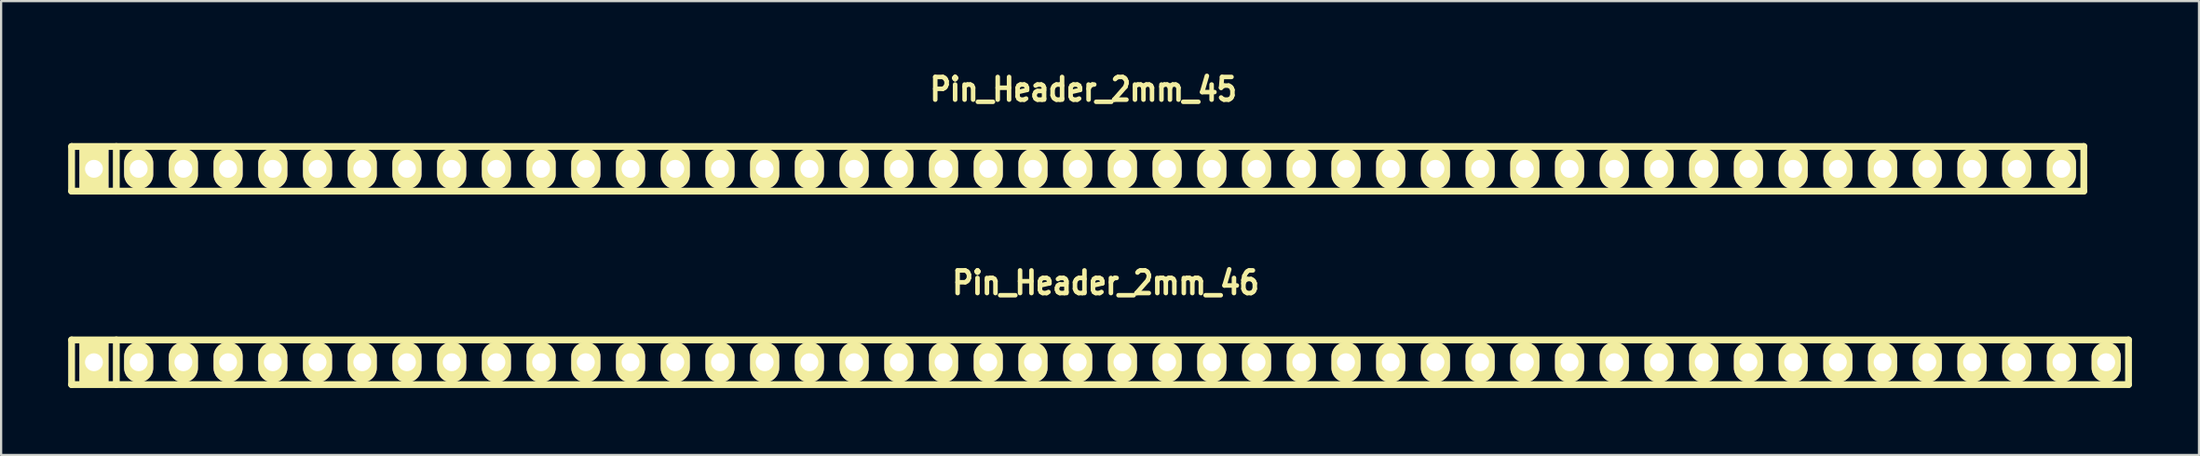
<source format=kicad_pcb>
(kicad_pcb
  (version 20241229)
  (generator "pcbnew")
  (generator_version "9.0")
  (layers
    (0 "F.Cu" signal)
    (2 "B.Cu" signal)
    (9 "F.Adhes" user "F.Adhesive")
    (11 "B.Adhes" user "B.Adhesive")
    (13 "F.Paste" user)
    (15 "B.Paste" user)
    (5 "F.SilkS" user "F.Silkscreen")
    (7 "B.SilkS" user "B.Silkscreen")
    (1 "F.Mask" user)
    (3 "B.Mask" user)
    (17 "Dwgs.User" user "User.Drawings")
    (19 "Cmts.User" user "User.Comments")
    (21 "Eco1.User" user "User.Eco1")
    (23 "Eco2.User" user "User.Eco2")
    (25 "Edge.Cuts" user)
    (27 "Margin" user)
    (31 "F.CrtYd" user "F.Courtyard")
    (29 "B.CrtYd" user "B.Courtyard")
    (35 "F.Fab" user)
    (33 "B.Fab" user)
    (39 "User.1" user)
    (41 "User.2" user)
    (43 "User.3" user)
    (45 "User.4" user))
  (footprint "Pin_Header_2mm_45"
    (layer "F.Cu")
    (at 45.152 4.507)
    (property "Reference" "Pin_Header_2mm_45" (at 0.254 -3.556 0) (layer "F.SilkS") (effects (font (size 1.016 0.889) (thickness 0.203))))
    (attr through_hole)
    (fp_line (start -45 -1) (end 45 -1) (stroke (width 0.305) (type solid)) (layer "F.SilkS"))
    (fp_line (start -45 1) (end -45 -1) (stroke (width 0.305) (type solid)) (layer "F.SilkS"))
    (fp_line (start -43 -1) (end -43 1) (stroke (width 0.305) (type solid)) (layer "F.SilkS"))
    (fp_line (start 45 -1) (end 45 1) (stroke (width 0.305) (type solid)) (layer "F.SilkS"))
    (fp_line (start 45 1) (end -45 1) (stroke (width 0.305) (type solid)) (layer "F.SilkS"))
    (pad "1" thru_hole rect (at -44 0) (size 1.3 1.8) (drill 0.8) (layers "*.Cu" "*.Mask" "F.SilkS"))
    (pad "2" thru_hole oval (at -42 0) (size 1.3 1.8) (drill 0.8) (layers "*.Cu" "*.Mask" "F.SilkS"))
    (pad "3" thru_hole oval (at -40 0) (size 1.3 1.8) (drill 0.8) (layers "*.Cu" "*.Mask" "F.SilkS"))
    (pad "4" thru_hole oval (at -38 0) (size 1.3 1.8) (drill 0.8) (layers "*.Cu" "*.Mask" "F.SilkS"))
    (pad "5" thru_hole oval (at -36 0) (size 1.3 1.8) (drill 0.8) (layers "*.Cu" "*.Mask" "F.SilkS"))
    (pad "6" thru_hole oval (at -34 0) (size 1.3 1.8) (drill 0.8) (layers "*.Cu" "*.Mask" "F.SilkS"))
    (pad "7" thru_hole oval (at -32 0) (size 1.3 1.8) (drill 0.8) (layers "*.Cu" "*.Mask" "F.SilkS"))
    (pad "8" thru_hole oval (at -30 0) (size 1.3 1.8) (drill 0.8) (layers "*.Cu" "*.Mask" "F.SilkS"))
    (pad "9" thru_hole oval (at -28 0) (size 1.3 1.8) (drill 0.8) (layers "*.Cu" "*.Mask" "F.SilkS"))
    (pad "10" thru_hole oval (at -26 0) (size 1.3 1.8) (drill 0.8) (layers "*.Cu" "*.Mask" "F.SilkS"))
    (pad "11" thru_hole oval (at -24 0) (size 1.3 1.8) (drill 0.8) (layers "*.Cu" "*.Mask" "F.SilkS"))
    (pad "12" thru_hole oval (at -22 0) (size 1.3 1.8) (drill 0.8) (layers "*.Cu" "*.Mask" "F.SilkS"))
    (pad "13" thru_hole oval (at -20 0) (size 1.3 1.8) (drill 0.8) (layers "*.Cu" "*.Mask" "F.SilkS"))
    (pad "14" thru_hole oval (at -18 0) (size 1.3 1.8) (drill 0.8) (layers "*.Cu" "*.Mask" "F.SilkS"))
    (pad "15" thru_hole oval (at -16 0) (size 1.3 1.8) (drill 0.8) (layers "*.Cu" "*.Mask" "F.SilkS"))
    (pad "16" thru_hole oval (at -14 0) (size 1.3 1.8) (drill 0.8) (layers "*.Cu" "*.Mask" "F.SilkS"))
    (pad "17" thru_hole oval (at -12 0) (size 1.3 1.8) (drill 0.8) (layers "*.Cu" "*.Mask" "F.SilkS"))
    (pad "18" thru_hole oval (at -10 0) (size 1.3 1.8) (drill 0.8) (layers "*.Cu" "*.Mask" "F.SilkS"))
    (pad "19" thru_hole oval (at -8 0) (size 1.3 1.8) (drill 0.8) (layers "*.Cu" "*.Mask" "F.SilkS"))
    (pad "20" thru_hole oval (at -6 0) (size 1.3 1.8) (drill 0.8) (layers "*.Cu" "*.Mask" "F.SilkS"))
    (pad "21" thru_hole oval (at -4 0) (size 1.3 1.8) (drill 0.8) (layers "*.Cu" "*.Mask" "F.SilkS"))
    (pad "22" thru_hole oval (at -2 0) (size 1.3 1.8) (drill 0.8) (layers "*.Cu" "*.Mask" "F.SilkS"))
    (pad "23" thru_hole oval (at 0 0) (size 1.3 1.8) (drill 0.8) (layers "*.Cu" "*.Mask" "F.SilkS"))
    (pad "24" thru_hole oval (at 2 0) (size 1.3 1.8) (drill 0.8) (layers "*.Cu" "*.Mask" "F.SilkS"))
    (pad "25" thru_hole oval (at 4 0) (size 1.3 1.8) (drill 0.8) (layers "*.Cu" "*.Mask" "F.SilkS"))
    (pad "26" thru_hole oval (at 6 0) (size 1.3 1.8) (drill 0.8) (layers "*.Cu" "*.Mask" "F.SilkS"))
    (pad "27" thru_hole oval (at 8 0) (size 1.3 1.8) (drill 0.8) (layers "*.Cu" "*.Mask" "F.SilkS"))
    (pad "28" thru_hole oval (at 10 0) (size 1.3 1.8) (drill 0.8) (layers "*.Cu" "*.Mask" "F.SilkS"))
    (pad "29" thru_hole oval (at 12 0) (size 1.3 1.8) (drill 0.8) (layers "*.Cu" "*.Mask" "F.SilkS"))
    (pad "30" thru_hole oval (at 14 0) (size 1.3 1.8) (drill 0.8) (layers "*.Cu" "*.Mask" "F.SilkS"))
    (pad "31" thru_hole oval (at 16 0) (size 1.3 1.8) (drill 0.8) (layers "*.Cu" "*.Mask" "F.SilkS"))
    (pad "32" thru_hole oval (at 18 0) (size 1.3 1.8) (drill 0.8) (layers "*.Cu" "*.Mask" "F.SilkS"))
    (pad "33" thru_hole oval (at 20 0) (size 1.3 1.8) (drill 0.8) (layers "*.Cu" "*.Mask" "F.SilkS"))
    (pad "34" thru_hole oval (at 22 0) (size 1.3 1.8) (drill 0.8) (layers "*.Cu" "*.Mask" "F.SilkS"))
    (pad "35" thru_hole oval (at 24 0) (size 1.3 1.8) (drill 0.8) (layers "*.Cu" "*.Mask" "F.SilkS"))
    (pad "36" thru_hole oval (at 26 0) (size 1.3 1.8) (drill 0.8) (layers "*.Cu" "*.Mask" "F.SilkS"))
    (pad "37" thru_hole oval (at 28 0) (size 1.3 1.8) (drill 0.8) (layers "*.Cu" "*.Mask" "F.SilkS"))
    (pad "38" thru_hole oval (at 30 0) (size 1.3 1.8) (drill 0.8) (layers "*.Cu" "*.Mask" "F.SilkS"))
    (pad "39" thru_hole oval (at 32 0) (size 1.3 1.8) (drill 0.8) (layers "*.Cu" "*.Mask" "F.SilkS"))
    (pad "40" thru_hole oval (at 34 0) (size 1.3 1.8) (drill 0.8) (layers "*.Cu" "*.Mask" "F.SilkS"))
    (pad "41" thru_hole oval (at 36 0) (size 1.3 1.8) (drill 0.8) (layers "*.Cu" "*.Mask" "F.SilkS"))
    (pad "42" thru_hole oval (at 38 0) (size 1.3 1.8) (drill 0.8) (layers "*.Cu" "*.Mask" "F.SilkS"))
    (pad "43" thru_hole oval (at 40 0) (size 1.3 1.8) (drill 0.8) (layers "*.Cu" "*.Mask" "F.SilkS"))
    (pad "44" thru_hole oval (at 42 0) (size 1.3 1.8) (drill 0.8) (layers "*.Cu" "*.Mask" "F.SilkS"))
    (pad "45" thru_hole oval (at 44 0) (size 1.3 1.8) (drill 0.8) (layers "*.Cu" "*.Mask" "F.SilkS")))
  (footprint "Pin_Header_2mm_46"
    (layer "F.Cu")
    (at 46.152 13.166)
    (property "Reference" "Pin_Header_2mm_46" (at 0.254 -3.556 0) (layer "F.SilkS") (effects (font (size 1.016 0.889) (thickness 0.203))))
    (attr through_hole)
    (fp_line (start -46 -1) (end 46 -1) (stroke (width 0.305) (type solid)) (layer "F.SilkS"))
    (fp_line (start -46 1) (end -46 -1) (stroke (width 0.305) (type solid)) (layer "F.SilkS"))
    (fp_line (start -44 -1) (end -44 1) (stroke (width 0.305) (type solid)) (layer "F.SilkS"))
    (fp_line (start 46 -1) (end 46 1) (stroke (width 0.305) (type solid)) (layer "F.SilkS"))
    (fp_line (start 46 1) (end -46 1) (stroke (width 0.305) (type solid)) (layer "F.SilkS"))
    (pad "1" thru_hole rect (at -45 0) (size 1.3 1.8) (drill 0.8) (layers "*.Cu" "*.Mask" "F.SilkS"))
    (pad "2" thru_hole oval (at -43 0) (size 1.3 1.8) (drill 0.8) (layers "*.Cu" "*.Mask" "F.SilkS"))
    (pad "3" thru_hole oval (at -41 0) (size 1.3 1.8) (drill 0.8) (layers "*.Cu" "*.Mask" "F.SilkS"))
    (pad "4" thru_hole oval (at -39 0) (size 1.3 1.8) (drill 0.8) (layers "*.Cu" "*.Mask" "F.SilkS"))
    (pad "5" thru_hole oval (at -37 0) (size 1.3 1.8) (drill 0.8) (layers "*.Cu" "*.Mask" "F.SilkS"))
    (pad "6" thru_hole oval (at -35 0) (size 1.3 1.8) (drill 0.8) (layers "*.Cu" "*.Mask" "F.SilkS"))
    (pad "7" thru_hole oval (at -33 0) (size 1.3 1.8) (drill 0.8) (layers "*.Cu" "*.Mask" "F.SilkS"))
    (pad "8" thru_hole oval (at -31 0) (size 1.3 1.8) (drill 0.8) (layers "*.Cu" "*.Mask" "F.SilkS"))
    (pad "9" thru_hole oval (at -29 0) (size 1.3 1.8) (drill 0.8) (layers "*.Cu" "*.Mask" "F.SilkS"))
    (pad "10" thru_hole oval (at -27 0) (size 1.3 1.8) (drill 0.8) (layers "*.Cu" "*.Mask" "F.SilkS"))
    (pad "11" thru_hole oval (at -25 0) (size 1.3 1.8) (drill 0.8) (layers "*.Cu" "*.Mask" "F.SilkS"))
    (pad "12" thru_hole oval (at -23 0) (size 1.3 1.8) (drill 0.8) (layers "*.Cu" "*.Mask" "F.SilkS"))
    (pad "13" thru_hole oval (at -21 0) (size 1.3 1.8) (drill 0.8) (layers "*.Cu" "*.Mask" "F.SilkS"))
    (pad "14" thru_hole oval (at -19 0) (size 1.3 1.8) (drill 0.8) (layers "*.Cu" "*.Mask" "F.SilkS"))
    (pad "15" thru_hole oval (at -17 0) (size 1.3 1.8) (drill 0.8) (layers "*.Cu" "*.Mask" "F.SilkS"))
    (pad "16" thru_hole oval (at -15 0) (size 1.3 1.8) (drill 0.8) (layers "*.Cu" "*.Mask" "F.SilkS"))
    (pad "17" thru_hole oval (at -13 0) (size 1.3 1.8) (drill 0.8) (layers "*.Cu" "*.Mask" "F.SilkS"))
    (pad "18" thru_hole oval (at -11 0) (size 1.3 1.8) (drill 0.8) (layers "*.Cu" "*.Mask" "F.SilkS"))
    (pad "19" thru_hole oval (at -9 0) (size 1.3 1.8) (drill 0.8) (layers "*.Cu" "*.Mask" "F.SilkS"))
    (pad "20" thru_hole oval (at -7 0) (size 1.3 1.8) (drill 0.8) (layers "*.Cu" "*.Mask" "F.SilkS"))
    (pad "21" thru_hole oval (at -5 0) (size 1.3 1.8) (drill 0.8) (layers "*.Cu" "*.Mask" "F.SilkS"))
    (pad "22" thru_hole oval (at -3 0) (size 1.3 1.8) (drill 0.8) (layers "*.Cu" "*.Mask" "F.SilkS"))
    (pad "23" thru_hole oval (at -1 0) (size 1.3 1.8) (drill 0.8) (layers "*.Cu" "*.Mask" "F.SilkS"))
    (pad "24" thru_hole oval (at 1 0) (size 1.3 1.8) (drill 0.8) (layers "*.Cu" "*.Mask" "F.SilkS"))
    (pad "25" thru_hole oval (at 3 0) (size 1.3 1.8) (drill 0.8) (layers "*.Cu" "*.Mask" "F.SilkS"))
    (pad "26" thru_hole oval (at 5 0) (size 1.3 1.8) (drill 0.8) (layers "*.Cu" "*.Mask" "F.SilkS"))
    (pad "27" thru_hole oval (at 7 0) (size 1.3 1.8) (drill 0.8) (layers "*.Cu" "*.Mask" "F.SilkS"))
    (pad "28" thru_hole oval (at 9 0) (size 1.3 1.8) (drill 0.8) (layers "*.Cu" "*.Mask" "F.SilkS"))
    (pad "29" thru_hole oval (at 11 0) (size 1.3 1.8) (drill 0.8) (layers "*.Cu" "*.Mask" "F.SilkS"))
    (pad "30" thru_hole oval (at 13 0) (size 1.3 1.8) (drill 0.8) (layers "*.Cu" "*.Mask" "F.SilkS"))
    (pad "31" thru_hole oval (at 15 0) (size 1.3 1.8) (drill 0.8) (layers "*.Cu" "*.Mask" "F.SilkS"))
    (pad "32" thru_hole oval (at 17 0) (size 1.3 1.8) (drill 0.8) (layers "*.Cu" "*.Mask" "F.SilkS"))
    (pad "33" thru_hole oval (at 19 0) (size 1.3 1.8) (drill 0.8) (layers "*.Cu" "*.Mask" "F.SilkS"))
    (pad "34" thru_hole oval (at 21 0) (size 1.3 1.8) (drill 0.8) (layers "*.Cu" "*.Mask" "F.SilkS"))
    (pad "35" thru_hole oval (at 23 0) (size 1.3 1.8) (drill 0.8) (layers "*.Cu" "*.Mask" "F.SilkS"))
    (pad "36" thru_hole oval (at 25 0) (size 1.3 1.8) (drill 0.8) (layers "*.Cu" "*.Mask" "F.SilkS"))
    (pad "37" thru_hole oval (at 27 0) (size 1.3 1.8) (drill 0.8) (layers "*.Cu" "*.Mask" "F.SilkS"))
    (pad "38" thru_hole oval (at 29 0) (size 1.3 1.8) (drill 0.8) (layers "*.Cu" "*.Mask" "F.SilkS"))
    (pad "39" thru_hole oval (at 31 0) (size 1.3 1.8) (drill 0.8) (layers "*.Cu" "*.Mask" "F.SilkS"))
    (pad "40" thru_hole oval (at 33 0) (size 1.3 1.8) (drill 0.8) (layers "*.Cu" "*.Mask" "F.SilkS"))
    (pad "41" thru_hole oval (at 35 0) (size 1.3 1.8) (drill 0.8) (layers "*.Cu" "*.Mask" "F.SilkS"))
    (pad "42" thru_hole oval (at 37 0) (size 1.3 1.8) (drill 0.8) (layers "*.Cu" "*.Mask" "F.SilkS"))
    (pad "43" thru_hole oval (at 39 0) (size 1.3 1.8) (drill 0.8) (layers "*.Cu" "*.Mask" "F.SilkS"))
    (pad "44" thru_hole oval (at 41 0) (size 1.3 1.8) (drill 0.8) (layers "*.Cu" "*.Mask" "F.SilkS"))
    (pad "45" thru_hole oval (at 43 0) (size 1.3 1.8) (drill 0.8) (layers "*.Cu" "*.Mask" "F.SilkS"))
    (pad "46" thru_hole oval (at 45 0) (size 1.3 1.8) (drill 0.8) (layers "*.Cu" "*.Mask" "F.SilkS")))
  (gr_rect
    (start -3 -3)
    (end 95.305 17.319)
    (stroke (width 0.1) (type default))
    (fill no)
    (layer "Edge.Cuts")))
</source>
